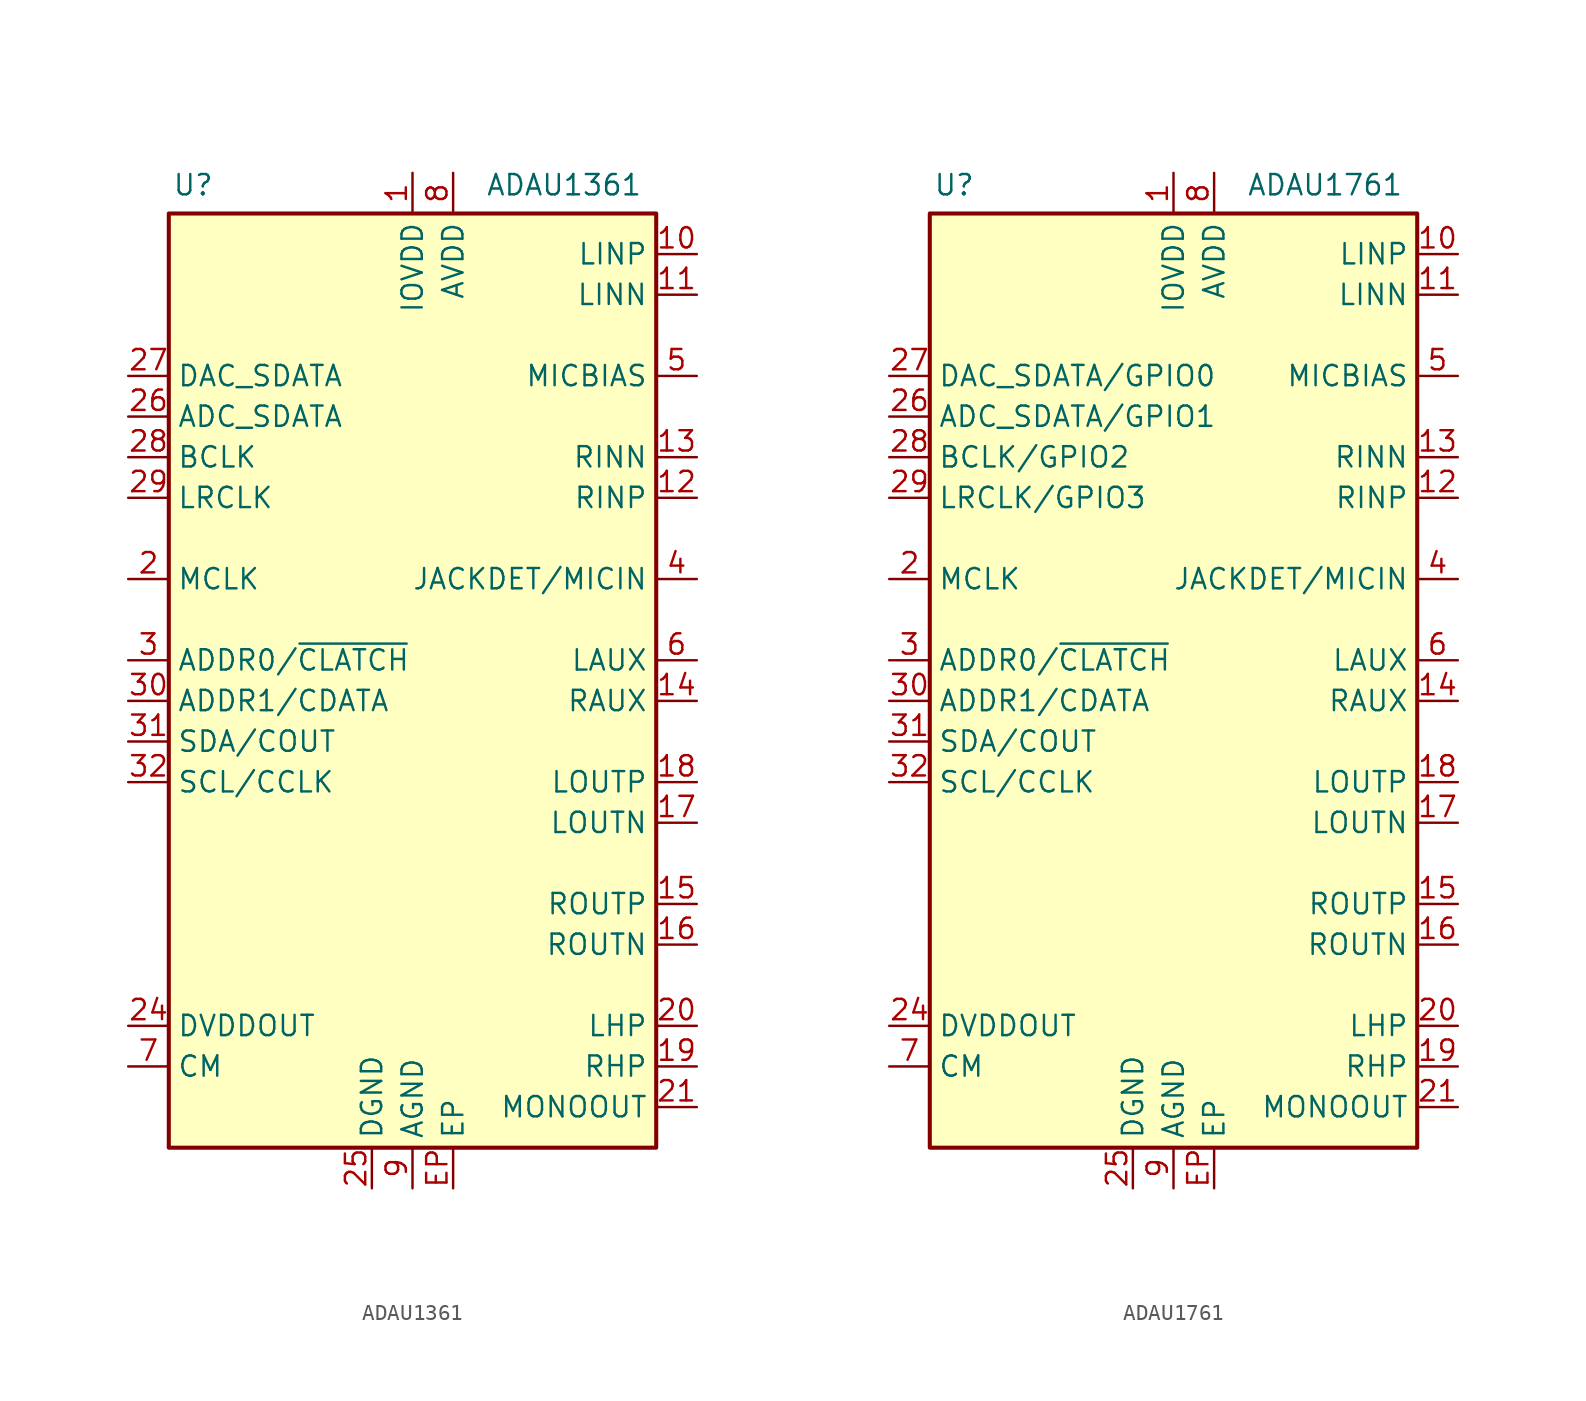
<source format=kicad_sym>
(kicad_symbol_lib
  (version 20241209)
  (generator "kicad_symbol_editor")
  (generator_version "9.0")
  (symbol "ADAU1361"
    (property "Reference" "U"
      (at -13.716 29.718 0)
      (effects (font (size 1.27 1.27))))
    (property "Value" "ADAU1361"
      (at 4.572 29.718 0)
      (effects (font (size 1.27 1.27)) (justify left)))
    (symbol "ADAU1361_0_1"
      (rectangle (start -15.24 27.94) (end 15.24 -30.48) (stroke (width 0.254) (type default)) (fill (type background))))
    (symbol "ADAU1361_1_1"
      (pin input line (at -17.78 17.78 0) (length 2.54) (name "DAC_SDATA" (effects (font (size 1.27 1.27)))) (number "27" (effects (font (size 1.27 1.27)))))
      (pin output line (at -17.78 15.24 0) (length 2.54) (name "ADC_SDATA" (effects (font (size 1.27 1.27)))) (number "26" (effects (font (size 1.27 1.27)))))
      (pin bidirectional line (at -17.78 12.7 0) (length 2.54) (name "BCLK" (effects (font (size 1.27 1.27)))) (number "28" (effects (font (size 1.27 1.27)))))
      (pin bidirectional line (at -17.78 10.16 0) (length 2.54) (name "LRCLK" (effects (font (size 1.27 1.27)))) (number "29" (effects (font (size 1.27 1.27)))))
      (pin input line (at -17.78 5.08 0) (length 2.54) (name "MCLK" (effects (font (size 1.27 1.27)))) (number "2" (effects (font (size 1.27 1.27)))))
      (pin input line (at -17.78 0 0) (length 2.54) (name "ADDR0/~{CLATCH}" (effects (font (size 1.27 1.27)))) (number "3" (effects (font (size 1.27 1.27)))) (alternate "ADDR0" input line) (alternate "~{CLATCH}" input line))
      (pin input line (at -17.78 -2.54 0) (length 2.54) (name "ADDR1/CDATA" (effects (font (size 1.27 1.27)))) (number "30" (effects (font (size 1.27 1.27)))) (alternate "ADDR1" input line) (alternate "CDATA" input line))
      (pin bidirectional line (at -17.78 -5.08 0) (length 2.54) (name "SDA/COUT" (effects (font (size 1.27 1.27)))) (number "31" (effects (font (size 1.27 1.27)))) (alternate "COUT" tri_state line) (alternate "SDA" bidirectional line))
      (pin input line (at -17.78 -7.62 0) (length 2.54) (name "SCL/CCLK" (effects (font (size 1.27 1.27)))) (number "32" (effects (font (size 1.27 1.27)))) (alternate "CCLK" input line) (alternate "SCL" input line))
      (pin power_out line (at -17.78 -22.86 0) (length 2.54) (name "DVDDOUT" (effects (font (size 1.27 1.27)))) (number "24" (effects (font (size 1.27 1.27)))))
      (pin output line (at -17.78 -25.4 0) (length 2.54) (name "CM" (effects (font (size 1.27 1.27)))) (number "7" (effects (font (size 1.27 1.27)))))
      (pin power_in line (at -2.54 -33.02 90) (length 2.54) (name "DGND" (effects (font (size 1.27 1.27)))) (number "25" (effects (font (size 1.27 1.27)))))
      (pin power_in line (at 0 30.48 270) (length 2.54) (name "IOVDD" (effects (font (size 1.27 1.27)))) (number "1" (effects (font (size 1.27 1.27)))))
      (pin passive line (at 0 -33.02 90) (length 2.54) (hide yes) (name "AGND" (effects (font (size 1.27 1.27)))) (number "22" (effects (font (size 1.27 1.27)))))
      (pin power_in line (at 0 -33.02 90) (length 2.54) (name "AGND" (effects (font (size 1.27 1.27)))) (number "9" (effects (font (size 1.27 1.27)))))
      (pin passive line (at 2.54 30.48 270) (length 2.54) (hide yes) (name "AVDD" (effects (font (size 1.27 1.27)))) (number "23" (effects (font (size 1.27 1.27)))))
      (pin power_in line (at 2.54 30.48 270) (length 2.54) (name "AVDD" (effects (font (size 1.27 1.27)))) (number "8" (effects (font (size 1.27 1.27)))))
      (pin power_in line (at 2.54 -33.02 90) (length 2.54) (name "EP" (effects (font (size 1.27 1.27)))) (number "EP" (effects (font (size 1.27 1.27)))))
      (pin input line (at 17.78 25.4 180) (length 2.54) (name "LINP" (effects (font (size 1.27 1.27)))) (number "10" (effects (font (size 1.27 1.27)))))
      (pin input line (at 17.78 22.86 180) (length 2.54) (name "LINN" (effects (font (size 1.27 1.27)))) (number "11" (effects (font (size 1.27 1.27)))))
      (pin output line (at 17.78 17.78 180) (length 2.54) (name "MICBIAS" (effects (font (size 1.27 1.27)))) (number "5" (effects (font (size 1.27 1.27)))))
      (pin input line (at 17.78 12.7 180) (length 2.54) (name "RINN" (effects (font (size 1.27 1.27)))) (number "13" (effects (font (size 1.27 1.27)))))
      (pin input line (at 17.78 10.16 180) (length 2.54) (name "RINP" (effects (font (size 1.27 1.27)))) (number "12" (effects (font (size 1.27 1.27)))))
      (pin input line (at 17.78 5.08 180) (length 2.54) (name "JACKDET/MICIN" (effects (font (size 1.27 1.27)))) (number "4" (effects (font (size 1.27 1.27)))) (alternate "JACKDET" input line) (alternate "MICIN" input line))
      (pin input line (at 17.78 0 180) (length 2.54) (name "LAUX" (effects (font (size 1.27 1.27)))) (number "6" (effects (font (size 1.27 1.27)))))
      (pin input line (at 17.78 -2.54 180) (length 2.54) (name "RAUX" (effects (font (size 1.27 1.27)))) (number "14" (effects (font (size 1.27 1.27)))))
      (pin output line (at 17.78 -7.62 180) (length 2.54) (name "LOUTP" (effects (font (size 1.27 1.27)))) (number "18" (effects (font (size 1.27 1.27)))))
      (pin output line (at 17.78 -10.16 180) (length 2.54) (name "LOUTN" (effects (font (size 1.27 1.27)))) (number "17" (effects (font (size 1.27 1.27)))))
      (pin output line (at 17.78 -15.24 180) (length 2.54) (name "ROUTP" (effects (font (size 1.27 1.27)))) (number "15" (effects (font (size 1.27 1.27)))))
      (pin output line (at 17.78 -17.78 180) (length 2.54) (name "ROUTN" (effects (font (size 1.27 1.27)))) (number "16" (effects (font (size 1.27 1.27)))))
      (pin output line (at 17.78 -22.86 180) (length 2.54) (name "LHP" (effects (font (size 1.27 1.27)))) (number "20" (effects (font (size 1.27 1.27)))))
      (pin output line (at 17.78 -25.4 180) (length 2.54) (name "RHP" (effects (font (size 1.27 1.27)))) (number "19" (effects (font (size 1.27 1.27)))))
      (pin output line (at 17.78 -27.94 180) (length 2.54) (name "MONOOUT" (effects (font (size 1.27 1.27)))) (number "21" (effects (font (size 1.27 1.27)))))))
  (symbol "ADAU1761"
    (property "Reference" "U"
      (at -13.716 29.718 0)
      (effects (font (size 1.27 1.27))))
    (property "Value" "ADAU1761"
      (at 4.572 29.718 0)
      (effects (font (size 1.27 1.27)) (justify left)))
    (symbol "ADAU1761_0_1"
      (rectangle (start -15.24 27.94) (end 15.24 -30.48) (stroke (width 0.254) (type default)) (fill (type background))))
    (symbol "ADAU1761_1_1"
      (pin bidirectional line (at -17.78 17.78 0) (length 2.54) (name "DAC_SDATA/GPIO0" (effects (font (size 1.27 1.27)))) (number "27" (effects (font (size 1.27 1.27)))) (alternate "DAC_SDATA" input line) (alternate "GPIO0" bidirectional line))
      (pin bidirectional line (at -17.78 15.24 0) (length 2.54) (name "ADC_SDATA/GPIO1" (effects (font (size 1.27 1.27)))) (number "26" (effects (font (size 1.27 1.27)))) (alternate "ADC_SDATA" output line) (alternate "GPIO1" bidirectional line))
      (pin bidirectional line (at -17.78 12.7 0) (length 2.54) (name "BCLK/GPIO2" (effects (font (size 1.27 1.27)))) (number "28" (effects (font (size 1.27 1.27)))) (alternate "BCLK" bidirectional line) (alternate "GPIO2" bidirectional line))
      (pin bidirectional line (at -17.78 10.16 0) (length 2.54) (name "LRCLK/GPIO3" (effects (font (size 1.27 1.27)))) (number "29" (effects (font (size 1.27 1.27)))) (alternate "GPIO3" bidirectional line) (alternate "LRCLK" bidirectional line))
      (pin input line (at -17.78 5.08 0) (length 2.54) (name "MCLK" (effects (font (size 1.27 1.27)))) (number "2" (effects (font (size 1.27 1.27)))))
      (pin input line (at -17.78 0 0) (length 2.54) (name "ADDR0/~{CLATCH}" (effects (font (size 1.27 1.27)))) (number "3" (effects (font (size 1.27 1.27)))) (alternate "ADDR0" input line) (alternate "~{CLATCH}" input line))
      (pin input line (at -17.78 -2.54 0) (length 2.54) (name "ADDR1/CDATA" (effects (font (size 1.27 1.27)))) (number "30" (effects (font (size 1.27 1.27)))) (alternate "ADDR1" input line) (alternate "CDATA" input line))
      (pin bidirectional line (at -17.78 -5.08 0) (length 2.54) (name "SDA/COUT" (effects (font (size 1.27 1.27)))) (number "31" (effects (font (size 1.27 1.27)))) (alternate "COUT" tri_state line) (alternate "SDA" bidirectional line))
      (pin input line (at -17.78 -7.62 0) (length 2.54) (name "SCL/CCLK" (effects (font (size 1.27 1.27)))) (number "32" (effects (font (size 1.27 1.27)))) (alternate "CCLK" input line) (alternate "SCL" input line))
      (pin power_out line (at -17.78 -22.86 0) (length 2.54) (name "DVDDOUT" (effects (font (size 1.27 1.27)))) (number "24" (effects (font (size 1.27 1.27)))))
      (pin output line (at -17.78 -25.4 0) (length 2.54) (name "CM" (effects (font (size 1.27 1.27)))) (number "7" (effects (font (size 1.27 1.27)))))
      (pin power_in line (at -2.54 -33.02 90) (length 2.54) (name "DGND" (effects (font (size 1.27 1.27)))) (number "25" (effects (font (size 1.27 1.27)))))
      (pin power_in line (at 0 30.48 270) (length 2.54) (name "IOVDD" (effects (font (size 1.27 1.27)))) (number "1" (effects (font (size 1.27 1.27)))))
      (pin passive line (at 0 -33.02 90) (length 2.54) (hide yes) (name "AGND" (effects (font (size 1.27 1.27)))) (number "22" (effects (font (size 1.27 1.27)))))
      (pin power_in line (at 0 -33.02 90) (length 2.54) (name "AGND" (effects (font (size 1.27 1.27)))) (number "9" (effects (font (size 1.27 1.27)))))
      (pin passive line (at 2.54 30.48 270) (length 2.54) (hide yes) (name "AVDD" (effects (font (size 1.27 1.27)))) (number "23" (effects (font (size 1.27 1.27)))))
      (pin power_in line (at 2.54 30.48 270) (length 2.54) (name "AVDD" (effects (font (size 1.27 1.27)))) (number "8" (effects (font (size 1.27 1.27)))))
      (pin power_in line (at 2.54 -33.02 90) (length 2.54) (name "EP" (effects (font (size 1.27 1.27)))) (number "EP" (effects (font (size 1.27 1.27)))))
      (pin input line (at 17.78 25.4 180) (length 2.54) (name "LINP" (effects (font (size 1.27 1.27)))) (number "10" (effects (font (size 1.27 1.27)))))
      (pin input line (at 17.78 22.86 180) (length 2.54) (name "LINN" (effects (font (size 1.27 1.27)))) (number "11" (effects (font (size 1.27 1.27)))))
      (pin output line (at 17.78 17.78 180) (length 2.54) (name "MICBIAS" (effects (font (size 1.27 1.27)))) (number "5" (effects (font (size 1.27 1.27)))))
      (pin input line (at 17.78 12.7 180) (length 2.54) (name "RINN" (effects (font (size 1.27 1.27)))) (number "13" (effects (font (size 1.27 1.27)))))
      (pin input line (at 17.78 10.16 180) (length 2.54) (name "RINP" (effects (font (size 1.27 1.27)))) (number "12" (effects (font (size 1.27 1.27)))))
      (pin input line (at 17.78 5.08 180) (length 2.54) (name "JACKDET/MICIN" (effects (font (size 1.27 1.27)))) (number "4" (effects (font (size 1.27 1.27)))) (alternate "JACKDET" input line) (alternate "MICIN" input line))
      (pin input line (at 17.78 0 180) (length 2.54) (name "LAUX" (effects (font (size 1.27 1.27)))) (number "6" (effects (font (size 1.27 1.27)))))
      (pin input line (at 17.78 -2.54 180) (length 2.54) (name "RAUX" (effects (font (size 1.27 1.27)))) (number "14" (effects (font (size 1.27 1.27)))))
      (pin output line (at 17.78 -7.62 180) (length 2.54) (name "LOUTP" (effects (font (size 1.27 1.27)))) (number "18" (effects (font (size 1.27 1.27)))))
      (pin output line (at 17.78 -10.16 180) (length 2.54) (name "LOUTN" (effects (font (size 1.27 1.27)))) (number "17" (effects (font (size 1.27 1.27)))))
      (pin output line (at 17.78 -15.24 180) (length 2.54) (name "ROUTP" (effects (font (size 1.27 1.27)))) (number "15" (effects (font (size 1.27 1.27)))))
      (pin output line (at 17.78 -17.78 180) (length 2.54) (name "ROUTN" (effects (font (size 1.27 1.27)))) (number "16" (effects (font (size 1.27 1.27)))))
      (pin output line (at 17.78 -22.86 180) (length 2.54) (name "LHP" (effects (font (size 1.27 1.27)))) (number "20" (effects (font (size 1.27 1.27)))))
      (pin output line (at 17.78 -25.4 180) (length 2.54) (name "RHP" (effects (font (size 1.27 1.27)))) (number "19" (effects (font (size 1.27 1.27)))))
      (pin output line (at 17.78 -27.94 180) (length 2.54) (name "MONOOUT" (effects (font (size 1.27 1.27)))) (number "21" (effects (font (size 1.27 1.27))))))))
</source>
